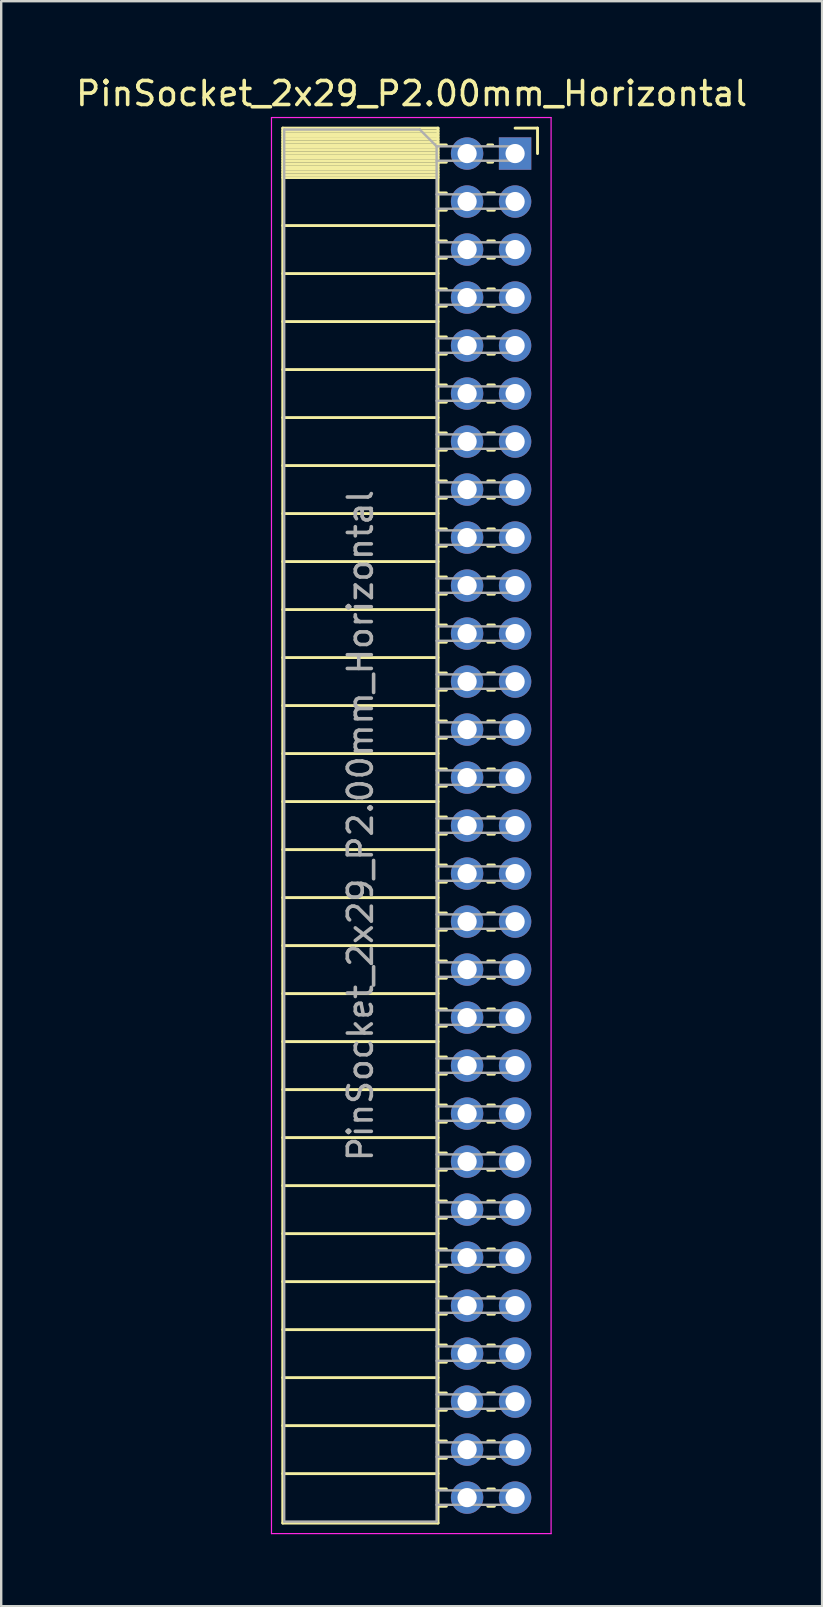
<source format=kicad_pcb>
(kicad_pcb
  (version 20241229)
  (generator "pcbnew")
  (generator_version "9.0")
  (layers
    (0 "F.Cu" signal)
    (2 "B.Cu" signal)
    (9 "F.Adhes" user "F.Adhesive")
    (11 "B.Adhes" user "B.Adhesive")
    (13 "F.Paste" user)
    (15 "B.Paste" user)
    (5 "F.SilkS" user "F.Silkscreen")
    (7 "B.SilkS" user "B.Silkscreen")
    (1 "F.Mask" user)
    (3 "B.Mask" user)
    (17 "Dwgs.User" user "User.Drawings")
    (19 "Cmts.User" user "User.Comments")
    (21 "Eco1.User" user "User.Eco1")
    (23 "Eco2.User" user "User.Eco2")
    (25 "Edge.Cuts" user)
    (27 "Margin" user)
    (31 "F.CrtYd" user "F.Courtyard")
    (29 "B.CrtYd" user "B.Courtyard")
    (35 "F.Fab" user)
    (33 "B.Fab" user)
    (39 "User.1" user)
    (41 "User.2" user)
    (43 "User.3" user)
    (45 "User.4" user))
  (footprint "PinSocket_2x29_P2.00mm_Horizontal"
    (layer "F.Cu")
    (at 18.411 3.348)
    (property "Reference" "PinSocket_2x29_P2.00mm_Horizontal" (at -4.31 -2.5 0) (layer "F.SilkS") (effects (font (size 1 1) (thickness 0.15))))
    (attr through_hole)
    (fp_line (start -9.68 -1.06) (end -9.68 57.06) (stroke (width 0.12) (type solid)) (layer "F.SilkS"))
    (fp_line (start -9.68 -1.06) (end -3.21 -1.06) (stroke (width 0.12) (type solid)) (layer "F.SilkS"))
    (fp_line (start -9.68 -0.94) (end -3.21 -0.94) (stroke (width 0.12) (type solid)) (layer "F.SilkS"))
    (fp_line (start -9.68 -0.826) (end -3.21 -0.826) (stroke (width 0.12) (type solid)) (layer "F.SilkS"))
    (fp_line (start -9.68 -0.712) (end -3.21 -0.712) (stroke (width 0.12) (type solid)) (layer "F.SilkS"))
    (fp_line (start -9.68 -0.598) (end -3.21 -0.598) (stroke (width 0.12) (type solid)) (layer "F.SilkS"))
    (fp_line (start -9.68 -0.484) (end -3.21 -0.484) (stroke (width 0.12) (type solid)) (layer "F.SilkS"))
    (fp_line (start -9.68 -0.369) (end -3.21 -0.369) (stroke (width 0.12) (type solid)) (layer "F.SilkS"))
    (fp_line (start -9.68 -0.255) (end -3.21 -0.255) (stroke (width 0.12) (type solid)) (layer "F.SilkS"))
    (fp_line (start -9.68 -0.141) (end -3.21 -0.141) (stroke (width 0.12) (type solid)) (layer "F.SilkS"))
    (fp_line (start -9.68 -0.027) (end -3.21 -0.027) (stroke (width 0.12) (type solid)) (layer "F.SilkS"))
    (fp_line (start -9.68 0.087) (end -3.21 0.087) (stroke (width 0.12) (type solid)) (layer "F.SilkS"))
    (fp_line (start -9.68 0.201) (end -3.21 0.201) (stroke (width 0.12) (type solid)) (layer "F.SilkS"))
    (fp_line (start -9.68 0.315) (end -3.21 0.315) (stroke (width 0.12) (type solid)) (layer "F.SilkS"))
    (fp_line (start -9.68 0.429) (end -3.21 0.429) (stroke (width 0.12) (type solid)) (layer "F.SilkS"))
    (fp_line (start -9.68 0.544) (end -3.21 0.544) (stroke (width 0.12) (type solid)) (layer "F.SilkS"))
    (fp_line (start -9.68 0.658) (end -3.21 0.658) (stroke (width 0.12) (type solid)) (layer "F.SilkS"))
    (fp_line (start -9.68 0.772) (end -3.21 0.772) (stroke (width 0.12) (type solid)) (layer "F.SilkS"))
    (fp_line (start -9.68 0.886) (end -3.21 0.886) (stroke (width 0.12) (type solid)) (layer "F.SilkS"))
    (fp_line (start -9.68 1) (end -3.21 1) (stroke (width 0.12) (type solid)) (layer "F.SilkS"))
    (fp_line (start -9.68 3) (end -3.21 3) (stroke (width 0.12) (type solid)) (layer "F.SilkS"))
    (fp_line (start -9.68 5) (end -3.21 5) (stroke (width 0.12) (type solid)) (layer "F.SilkS"))
    (fp_line (start -9.68 7) (end -3.21 7) (stroke (width 0.12) (type solid)) (layer "F.SilkS"))
    (fp_line (start -9.68 9) (end -3.21 9) (stroke (width 0.12) (type solid)) (layer "F.SilkS"))
    (fp_line (start -9.68 11) (end -3.21 11) (stroke (width 0.12) (type solid)) (layer "F.SilkS"))
    (fp_line (start -9.68 13) (end -3.21 13) (stroke (width 0.12) (type solid)) (layer "F.SilkS"))
    (fp_line (start -9.68 15) (end -3.21 15) (stroke (width 0.12) (type solid)) (layer "F.SilkS"))
    (fp_line (start -9.68 17) (end -3.21 17) (stroke (width 0.12) (type solid)) (layer "F.SilkS"))
    (fp_line (start -9.68 19) (end -3.21 19) (stroke (width 0.12) (type solid)) (layer "F.SilkS"))
    (fp_line (start -9.68 21) (end -3.21 21) (stroke (width 0.12) (type solid)) (layer "F.SilkS"))
    (fp_line (start -9.68 23) (end -3.21 23) (stroke (width 0.12) (type solid)) (layer "F.SilkS"))
    (fp_line (start -9.68 25) (end -3.21 25) (stroke (width 0.12) (type solid)) (layer "F.SilkS"))
    (fp_line (start -9.68 27) (end -3.21 27) (stroke (width 0.12) (type solid)) (layer "F.SilkS"))
    (fp_line (start -9.68 29) (end -3.21 29) (stroke (width 0.12) (type solid)) (layer "F.SilkS"))
    (fp_line (start -9.68 31) (end -3.21 31) (stroke (width 0.12) (type solid)) (layer "F.SilkS"))
    (fp_line (start -9.68 33) (end -3.21 33) (stroke (width 0.12) (type solid)) (layer "F.SilkS"))
    (fp_line (start -9.68 35) (end -3.21 35) (stroke (width 0.12) (type solid)) (layer "F.SilkS"))
    (fp_line (start -9.68 37) (end -3.21 37) (stroke (width 0.12) (type solid)) (layer "F.SilkS"))
    (fp_line (start -9.68 39) (end -3.21 39) (stroke (width 0.12) (type solid)) (layer "F.SilkS"))
    (fp_line (start -9.68 41) (end -3.21 41) (stroke (width 0.12) (type solid)) (layer "F.SilkS"))
    (fp_line (start -9.68 43) (end -3.21 43) (stroke (width 0.12) (type solid)) (layer "F.SilkS"))
    (fp_line (start -9.68 45) (end -3.21 45) (stroke (width 0.12) (type solid)) (layer "F.SilkS"))
    (fp_line (start -9.68 47) (end -3.21 47) (stroke (width 0.12) (type solid)) (layer "F.SilkS"))
    (fp_line (start -9.68 49) (end -3.21 49) (stroke (width 0.12) (type solid)) (layer "F.SilkS"))
    (fp_line (start -9.68 51) (end -3.21 51) (stroke (width 0.12) (type solid)) (layer "F.SilkS"))
    (fp_line (start -9.68 53) (end -3.21 53) (stroke (width 0.12) (type solid)) (layer "F.SilkS"))
    (fp_line (start -9.68 55) (end -3.21 55) (stroke (width 0.12) (type solid)) (layer "F.SilkS"))
    (fp_line (start -9.68 57.06) (end -3.21 57.06) (stroke (width 0.12) (type solid)) (layer "F.SilkS"))
    (fp_line (start -3.21 -1.06) (end -3.21 57.06) (stroke (width 0.12) (type solid)) (layer "F.SilkS"))
    (fp_line (start -3.21 -0.36) (end -2.863 -0.36) (stroke (width 0.12) (type solid)) (layer "F.SilkS"))
    (fp_line (start -3.21 0.36) (end -2.863 0.36) (stroke (width 0.12) (type solid)) (layer "F.SilkS"))
    (fp_line (start -3.21 1.64) (end -2.863 1.64) (stroke (width 0.12) (type solid)) (layer "F.SilkS"))
    (fp_line (start -3.21 2.36) (end -2.863 2.36) (stroke (width 0.12) (type solid)) (layer "F.SilkS"))
    (fp_line (start -3.21 3.64) (end -2.863 3.64) (stroke (width 0.12) (type solid)) (layer "F.SilkS"))
    (fp_line (start -3.21 4.36) (end -2.863 4.36) (stroke (width 0.12) (type solid)) (layer "F.SilkS"))
    (fp_line (start -3.21 5.64) (end -2.863 5.64) (stroke (width 0.12) (type solid)) (layer "F.SilkS"))
    (fp_line (start -3.21 6.36) (end -2.863 6.36) (stroke (width 0.12) (type solid)) (layer "F.SilkS"))
    (fp_line (start -3.21 7.64) (end -2.863 7.64) (stroke (width 0.12) (type solid)) (layer "F.SilkS"))
    (fp_line (start -3.21 8.36) (end -2.863 8.36) (stroke (width 0.12) (type solid)) (layer "F.SilkS"))
    (fp_line (start -3.21 9.64) (end -2.863 9.64) (stroke (width 0.12) (type solid)) (layer "F.SilkS"))
    (fp_line (start -3.21 10.36) (end -2.863 10.36) (stroke (width 0.12) (type solid)) (layer "F.SilkS"))
    (fp_line (start -3.21 11.64) (end -2.863 11.64) (stroke (width 0.12) (type solid)) (layer "F.SilkS"))
    (fp_line (start -3.21 12.36) (end -2.863 12.36) (stroke (width 0.12) (type solid)) (layer "F.SilkS"))
    (fp_line (start -3.21 13.64) (end -2.863 13.64) (stroke (width 0.12) (type solid)) (layer "F.SilkS"))
    (fp_line (start -3.21 14.36) (end -2.863 14.36) (stroke (width 0.12) (type solid)) (layer "F.SilkS"))
    (fp_line (start -3.21 15.64) (end -2.863 15.64) (stroke (width 0.12) (type solid)) (layer "F.SilkS"))
    (fp_line (start -3.21 16.36) (end -2.863 16.36) (stroke (width 0.12) (type solid)) (layer "F.SilkS"))
    (fp_line (start -3.21 17.64) (end -2.863 17.64) (stroke (width 0.12) (type solid)) (layer "F.SilkS"))
    (fp_line (start -3.21 18.36) (end -2.863 18.36) (stroke (width 0.12) (type solid)) (layer "F.SilkS"))
    (fp_line (start -3.21 19.64) (end -2.863 19.64) (stroke (width 0.12) (type solid)) (layer "F.SilkS"))
    (fp_line (start -3.21 20.36) (end -2.863 20.36) (stroke (width 0.12) (type solid)) (layer "F.SilkS"))
    (fp_line (start -3.21 21.64) (end -2.863 21.64) (stroke (width 0.12) (type solid)) (layer "F.SilkS"))
    (fp_line (start -3.21 22.36) (end -2.863 22.36) (stroke (width 0.12) (type solid)) (layer "F.SilkS"))
    (fp_line (start -3.21 23.64) (end -2.863 23.64) (stroke (width 0.12) (type solid)) (layer "F.SilkS"))
    (fp_line (start -3.21 24.36) (end -2.863 24.36) (stroke (width 0.12) (type solid)) (layer "F.SilkS"))
    (fp_line (start -3.21 25.64) (end -2.863 25.64) (stroke (width 0.12) (type solid)) (layer "F.SilkS"))
    (fp_line (start -3.21 26.36) (end -2.863 26.36) (stroke (width 0.12) (type solid)) (layer "F.SilkS"))
    (fp_line (start -3.21 27.64) (end -2.863 27.64) (stroke (width 0.12) (type solid)) (layer "F.SilkS"))
    (fp_line (start -3.21 28.36) (end -2.863 28.36) (stroke (width 0.12) (type solid)) (layer "F.SilkS"))
    (fp_line (start -3.21 29.64) (end -2.863 29.64) (stroke (width 0.12) (type solid)) (layer "F.SilkS"))
    (fp_line (start -3.21 30.36) (end -2.863 30.36) (stroke (width 0.12) (type solid)) (layer "F.SilkS"))
    (fp_line (start -3.21 31.64) (end -2.863 31.64) (stroke (width 0.12) (type solid)) (layer "F.SilkS"))
    (fp_line (start -3.21 32.36) (end -2.863 32.36) (stroke (width 0.12) (type solid)) (layer "F.SilkS"))
    (fp_line (start -3.21 33.64) (end -2.863 33.64) (stroke (width 0.12) (type solid)) (layer "F.SilkS"))
    (fp_line (start -3.21 34.36) (end -2.863 34.36) (stroke (width 0.12) (type solid)) (layer "F.SilkS"))
    (fp_line (start -3.21 35.64) (end -2.863 35.64) (stroke (width 0.12) (type solid)) (layer "F.SilkS"))
    (fp_line (start -3.21 36.36) (end -2.863 36.36) (stroke (width 0.12) (type solid)) (layer "F.SilkS"))
    (fp_line (start -3.21 37.64) (end -2.863 37.64) (stroke (width 0.12) (type solid)) (layer "F.SilkS"))
    (fp_line (start -3.21 38.36) (end -2.863 38.36) (stroke (width 0.12) (type solid)) (layer "F.SilkS"))
    (fp_line (start -3.21 39.64) (end -2.863 39.64) (stroke (width 0.12) (type solid)) (layer "F.SilkS"))
    (fp_line (start -3.21 40.36) (end -2.863 40.36) (stroke (width 0.12) (type solid)) (layer "F.SilkS"))
    (fp_line (start -3.21 41.64) (end -2.863 41.64) (stroke (width 0.12) (type solid)) (layer "F.SilkS"))
    (fp_line (start -3.21 42.36) (end -2.863 42.36) (stroke (width 0.12) (type solid)) (layer "F.SilkS"))
    (fp_line (start -3.21 43.64) (end -2.863 43.64) (stroke (width 0.12) (type solid)) (layer "F.SilkS"))
    (fp_line (start -3.21 44.36) (end -2.863 44.36) (stroke (width 0.12) (type solid)) (layer "F.SilkS"))
    (fp_line (start -3.21 45.64) (end -2.863 45.64) (stroke (width 0.12) (type solid)) (layer "F.SilkS"))
    (fp_line (start -3.21 46.36) (end -2.863 46.36) (stroke (width 0.12) (type solid)) (layer "F.SilkS"))
    (fp_line (start -3.21 47.64) (end -2.863 47.64) (stroke (width 0.12) (type solid)) (layer "F.SilkS"))
    (fp_line (start -3.21 48.36) (end -2.863 48.36) (stroke (width 0.12) (type solid)) (layer "F.SilkS"))
    (fp_line (start -3.21 49.64) (end -2.863 49.64) (stroke (width 0.12) (type solid)) (layer "F.SilkS"))
    (fp_line (start -3.21 50.36) (end -2.863 50.36) (stroke (width 0.12) (type solid)) (layer "F.SilkS"))
    (fp_line (start -3.21 51.64) (end -2.863 51.64) (stroke (width 0.12) (type solid)) (layer "F.SilkS"))
    (fp_line (start -3.21 52.36) (end -2.863 52.36) (stroke (width 0.12) (type solid)) (layer "F.SilkS"))
    (fp_line (start -3.21 53.64) (end -2.863 53.64) (stroke (width 0.12) (type solid)) (layer "F.SilkS"))
    (fp_line (start -3.21 54.36) (end -2.863 54.36) (stroke (width 0.12) (type solid)) (layer "F.SilkS"))
    (fp_line (start -3.21 55.64) (end -2.863 55.64) (stroke (width 0.12) (type solid)) (layer "F.SilkS"))
    (fp_line (start -3.21 56.36) (end -2.863 56.36) (stroke (width 0.12) (type solid)) (layer "F.SilkS"))
    (fp_line (start -1.137 -0.36) (end -0.935 -0.36) (stroke (width 0.12) (type solid)) (layer "F.SilkS"))
    (fp_line (start -1.137 0.36) (end -0.935 0.36) (stroke (width 0.12) (type solid)) (layer "F.SilkS"))
    (fp_line (start -1.137 1.64) (end -0.863 1.64) (stroke (width 0.12) (type solid)) (layer "F.SilkS"))
    (fp_line (start -1.137 2.36) (end -0.863 2.36) (stroke (width 0.12) (type solid)) (layer "F.SilkS"))
    (fp_line (start -1.137 3.64) (end -0.863 3.64) (stroke (width 0.12) (type solid)) (layer "F.SilkS"))
    (fp_line (start -1.137 4.36) (end -0.863 4.36) (stroke (width 0.12) (type solid)) (layer "F.SilkS"))
    (fp_line (start -1.137 5.64) (end -0.863 5.64) (stroke (width 0.12) (type solid)) (layer "F.SilkS"))
    (fp_line (start -1.137 6.36) (end -0.863 6.36) (stroke (width 0.12) (type solid)) (layer "F.SilkS"))
    (fp_line (start -1.137 7.64) (end -0.863 7.64) (stroke (width 0.12) (type solid)) (layer "F.SilkS"))
    (fp_line (start -1.137 8.36) (end -0.863 8.36) (stroke (width 0.12) (type solid)) (layer "F.SilkS"))
    (fp_line (start -1.137 9.64) (end -0.863 9.64) (stroke (width 0.12) (type solid)) (layer "F.SilkS"))
    (fp_line (start -1.137 10.36) (end -0.863 10.36) (stroke (width 0.12) (type solid)) (layer "F.SilkS"))
    (fp_line (start -1.137 11.64) (end -0.863 11.64) (stroke (width 0.12) (type solid)) (layer "F.SilkS"))
    (fp_line (start -1.137 12.36) (end -0.863 12.36) (stroke (width 0.12) (type solid)) (layer "F.SilkS"))
    (fp_line (start -1.137 13.64) (end -0.863 13.64) (stroke (width 0.12) (type solid)) (layer "F.SilkS"))
    (fp_line (start -1.137 14.36) (end -0.863 14.36) (stroke (width 0.12) (type solid)) (layer "F.SilkS"))
    (fp_line (start -1.137 15.64) (end -0.863 15.64) (stroke (width 0.12) (type solid)) (layer "F.SilkS"))
    (fp_line (start -1.137 16.36) (end -0.863 16.36) (stroke (width 0.12) (type solid)) (layer "F.SilkS"))
    (fp_line (start -1.137 17.64) (end -0.863 17.64) (stroke (width 0.12) (type solid)) (layer "F.SilkS"))
    (fp_line (start -1.137 18.36) (end -0.863 18.36) (stroke (width 0.12) (type solid)) (layer "F.SilkS"))
    (fp_line (start -1.137 19.64) (end -0.863 19.64) (stroke (width 0.12) (type solid)) (layer "F.SilkS"))
    (fp_line (start -1.137 20.36) (end -0.863 20.36) (stroke (width 0.12) (type solid)) (layer "F.SilkS"))
    (fp_line (start -1.137 21.64) (end -0.863 21.64) (stroke (width 0.12) (type solid)) (layer "F.SilkS"))
    (fp_line (start -1.137 22.36) (end -0.863 22.36) (stroke (width 0.12) (type solid)) (layer "F.SilkS"))
    (fp_line (start -1.137 23.64) (end -0.863 23.64) (stroke (width 0.12) (type solid)) (layer "F.SilkS"))
    (fp_line (start -1.137 24.36) (end -0.863 24.36) (stroke (width 0.12) (type solid)) (layer "F.SilkS"))
    (fp_line (start -1.137 25.64) (end -0.863 25.64) (stroke (width 0.12) (type solid)) (layer "F.SilkS"))
    (fp_line (start -1.137 26.36) (end -0.863 26.36) (stroke (width 0.12) (type solid)) (layer "F.SilkS"))
    (fp_line (start -1.137 27.64) (end -0.863 27.64) (stroke (width 0.12) (type solid)) (layer "F.SilkS"))
    (fp_line (start -1.137 28.36) (end -0.863 28.36) (stroke (width 0.12) (type solid)) (layer "F.SilkS"))
    (fp_line (start -1.137 29.64) (end -0.863 29.64) (stroke (width 0.12) (type solid)) (layer "F.SilkS"))
    (fp_line (start -1.137 30.36) (end -0.863 30.36) (stroke (width 0.12) (type solid)) (layer "F.SilkS"))
    (fp_line (start -1.137 31.64) (end -0.863 31.64) (stroke (width 0.12) (type solid)) (layer "F.SilkS"))
    (fp_line (start -1.137 32.36) (end -0.863 32.36) (stroke (width 0.12) (type solid)) (layer "F.SilkS"))
    (fp_line (start -1.137 33.64) (end -0.863 33.64) (stroke (width 0.12) (type solid)) (layer "F.SilkS"))
    (fp_line (start -1.137 34.36) (end -0.863 34.36) (stroke (width 0.12) (type solid)) (layer "F.SilkS"))
    (fp_line (start -1.137 35.64) (end -0.863 35.64) (stroke (width 0.12) (type solid)) (layer "F.SilkS"))
    (fp_line (start -1.137 36.36) (end -0.863 36.36) (stroke (width 0.12) (type solid)) (layer "F.SilkS"))
    (fp_line (start -1.137 37.64) (end -0.863 37.64) (stroke (width 0.12) (type solid)) (layer "F.SilkS"))
    (fp_line (start -1.137 38.36) (end -0.863 38.36) (stroke (width 0.12) (type solid)) (layer "F.SilkS"))
    (fp_line (start -1.137 39.64) (end -0.863 39.64) (stroke (width 0.12) (type solid)) (layer "F.SilkS"))
    (fp_line (start -1.137 40.36) (end -0.863 40.36) (stroke (width 0.12) (type solid)) (layer "F.SilkS"))
    (fp_line (start -1.137 41.64) (end -0.863 41.64) (stroke (width 0.12) (type solid)) (layer "F.SilkS"))
    (fp_line (start -1.137 42.36) (end -0.863 42.36) (stroke (width 0.12) (type solid)) (layer "F.SilkS"))
    (fp_line (start -1.137 43.64) (end -0.863 43.64) (stroke (width 0.12) (type solid)) (layer "F.SilkS"))
    (fp_line (start -1.137 44.36) (end -0.863 44.36) (stroke (width 0.12) (type solid)) (layer "F.SilkS"))
    (fp_line (start -1.137 45.64) (end -0.863 45.64) (stroke (width 0.12) (type solid)) (layer "F.SilkS"))
    (fp_line (start -1.137 46.36) (end -0.863 46.36) (stroke (width 0.12) (type solid)) (layer "F.SilkS"))
    (fp_line (start -1.137 47.64) (end -0.863 47.64) (stroke (width 0.12) (type solid)) (layer "F.SilkS"))
    (fp_line (start -1.137 48.36) (end -0.863 48.36) (stroke (width 0.12) (type solid)) (layer "F.SilkS"))
    (fp_line (start -1.137 49.64) (end -0.863 49.64) (stroke (width 0.12) (type solid)) (layer "F.SilkS"))
    (fp_line (start -1.137 50.36) (end -0.863 50.36) (stroke (width 0.12) (type solid)) (layer "F.SilkS"))
    (fp_line (start -1.137 51.64) (end -0.863 51.64) (stroke (width 0.12) (type solid)) (layer "F.SilkS"))
    (fp_line (start -1.137 52.36) (end -0.863 52.36) (stroke (width 0.12) (type solid)) (layer "F.SilkS"))
    (fp_line (start -1.137 53.64) (end -0.863 53.64) (stroke (width 0.12) (type solid)) (layer "F.SilkS"))
    (fp_line (start -1.137 54.36) (end -0.863 54.36) (stroke (width 0.12) (type solid)) (layer "F.SilkS"))
    (fp_line (start -1.137 55.64) (end -0.863 55.64) (stroke (width 0.12) (type solid)) (layer "F.SilkS"))
    (fp_line (start -1.137 56.36) (end -0.863 56.36) (stroke (width 0.12) (type solid)) (layer "F.SilkS"))
    (fp_line (start 0 -1.06) (end 0.935 -1.06) (stroke (width 0.12) (type solid)) (layer "F.SilkS"))
    (fp_line (start 0.935 -1.06) (end 0.935 0) (stroke (width 0.12) (type solid)) (layer "F.SilkS"))
    (fp_line (start -10.15 -1.5) (end -10.15 57.5) (stroke (width 0.05) (type solid)) (layer "F.CrtYd"))
    (fp_line (start -10.15 57.5) (end 1.5 57.5) (stroke (width 0.05) (type solid)) (layer "F.CrtYd"))
    (fp_line (start 1.5 -1.5) (end -10.15 -1.5) (stroke (width 0.05) (type solid)) (layer "F.CrtYd"))
    (fp_line (start 1.5 57.5) (end 1.5 -1.5) (stroke (width 0.05) (type solid)) (layer "F.CrtYd"))
    (fp_line (start -9.62 -1) (end -3.97 -1) (stroke (width 0.1) (type solid)) (layer "F.Fab"))
    (fp_line (start -9.62 57) (end -9.62 -1) (stroke (width 0.1) (type solid)) (layer "F.Fab"))
    (fp_line (start -3.97 -1) (end -3.27 -0.3) (stroke (width 0.1) (type solid)) (layer "F.Fab"))
    (fp_line (start -3.27 -0.3) (end -3.27 57) (stroke (width 0.1) (type solid)) (layer "F.Fab"))
    (fp_line (start -3.27 0.3) (end 0 0.3) (stroke (width 0.1) (type solid)) (layer "F.Fab"))
    (fp_line (start -3.27 2.3) (end 0 2.3) (stroke (width 0.1) (type solid)) (layer "F.Fab"))
    (fp_line (start -3.27 4.3) (end 0 4.3) (stroke (width 0.1) (type solid)) (layer "F.Fab"))
    (fp_line (start -3.27 6.3) (end 0 6.3) (stroke (width 0.1) (type solid)) (layer "F.Fab"))
    (fp_line (start -3.27 8.3) (end 0 8.3) (stroke (width 0.1) (type solid)) (layer "F.Fab"))
    (fp_line (start -3.27 10.3) (end 0 10.3) (stroke (width 0.1) (type solid)) (layer "F.Fab"))
    (fp_line (start -3.27 12.3) (end 0 12.3) (stroke (width 0.1) (type solid)) (layer "F.Fab"))
    (fp_line (start -3.27 14.3) (end 0 14.3) (stroke (width 0.1) (type solid)) (layer "F.Fab"))
    (fp_line (start -3.27 16.3) (end 0 16.3) (stroke (width 0.1) (type solid)) (layer "F.Fab"))
    (fp_line (start -3.27 18.3) (end 0 18.3) (stroke (width 0.1) (type solid)) (layer "F.Fab"))
    (fp_line (start -3.27 20.3) (end 0 20.3) (stroke (width 0.1) (type solid)) (layer "F.Fab"))
    (fp_line (start -3.27 22.3) (end 0 22.3) (stroke (width 0.1) (type solid)) (layer "F.Fab"))
    (fp_line (start -3.27 24.3) (end 0 24.3) (stroke (width 0.1) (type solid)) (layer "F.Fab"))
    (fp_line (start -3.27 26.3) (end 0 26.3) (stroke (width 0.1) (type solid)) (layer "F.Fab"))
    (fp_line (start -3.27 28.3) (end 0 28.3) (stroke (width 0.1) (type solid)) (layer "F.Fab"))
    (fp_line (start -3.27 30.3) (end 0 30.3) (stroke (width 0.1) (type solid)) (layer "F.Fab"))
    (fp_line (start -3.27 32.3) (end 0 32.3) (stroke (width 0.1) (type solid)) (layer "F.Fab"))
    (fp_line (start -3.27 34.3) (end 0 34.3) (stroke (width 0.1) (type solid)) (layer "F.Fab"))
    (fp_line (start -3.27 36.3) (end 0 36.3) (stroke (width 0.1) (type solid)) (layer "F.Fab"))
    (fp_line (start -3.27 38.3) (end 0 38.3) (stroke (width 0.1) (type solid)) (layer "F.Fab"))
    (fp_line (start -3.27 40.3) (end 0 40.3) (stroke (width 0.1) (type solid)) (layer "F.Fab"))
    (fp_line (start -3.27 42.3) (end 0 42.3) (stroke (width 0.1) (type solid)) (layer "F.Fab"))
    (fp_line (start -3.27 44.3) (end 0 44.3) (stroke (width 0.1) (type solid)) (layer "F.Fab"))
    (fp_line (start -3.27 46.3) (end 0 46.3) (stroke (width 0.1) (type solid)) (layer "F.Fab"))
    (fp_line (start -3.27 48.3) (end 0 48.3) (stroke (width 0.1) (type solid)) (layer "F.Fab"))
    (fp_line (start -3.27 50.3) (end 0 50.3) (stroke (width 0.1) (type solid)) (layer "F.Fab"))
    (fp_line (start -3.27 52.3) (end 0 52.3) (stroke (width 0.1) (type solid)) (layer "F.Fab"))
    (fp_line (start -3.27 54.3) (end 0 54.3) (stroke (width 0.1) (type solid)) (layer "F.Fab"))
    (fp_line (start -3.27 56.3) (end 0 56.3) (stroke (width 0.1) (type solid)) (layer "F.Fab"))
    (fp_line (start -3.27 57) (end -9.62 57) (stroke (width 0.1) (type solid)) (layer "F.Fab"))
    (fp_line (start 0 -0.3) (end -3.27 -0.3) (stroke (width 0.1) (type solid)) (layer "F.Fab"))
    (fp_line (start 0 0.3) (end 0 -0.3) (stroke (width 0.1) (type solid)) (layer "F.Fab"))
    (fp_line (start 0 1.7) (end -3.27 1.7) (stroke (width 0.1) (type solid)) (layer "F.Fab"))
    (fp_line (start 0 2.3) (end 0 1.7) (stroke (width 0.1) (type solid)) (layer "F.Fab"))
    (fp_line (start 0 3.7) (end -3.27 3.7) (stroke (width 0.1) (type solid)) (layer "F.Fab"))
    (fp_line (start 0 4.3) (end 0 3.7) (stroke (width 0.1) (type solid)) (layer "F.Fab"))
    (fp_line (start 0 5.7) (end -3.27 5.7) (stroke (width 0.1) (type solid)) (layer "F.Fab"))
    (fp_line (start 0 6.3) (end 0 5.7) (stroke (width 0.1) (type solid)) (layer "F.Fab"))
    (fp_line (start 0 7.7) (end -3.27 7.7) (stroke (width 0.1) (type solid)) (layer "F.Fab"))
    (fp_line (start 0 8.3) (end 0 7.7) (stroke (width 0.1) (type solid)) (layer "F.Fab"))
    (fp_line (start 0 9.7) (end -3.27 9.7) (stroke (width 0.1) (type solid)) (layer "F.Fab"))
    (fp_line (start 0 10.3) (end 0 9.7) (stroke (width 0.1) (type solid)) (layer "F.Fab"))
    (fp_line (start 0 11.7) (end -3.27 11.7) (stroke (width 0.1) (type solid)) (layer "F.Fab"))
    (fp_line (start 0 12.3) (end 0 11.7) (stroke (width 0.1) (type solid)) (layer "F.Fab"))
    (fp_line (start 0 13.7) (end -3.27 13.7) (stroke (width 0.1) (type solid)) (layer "F.Fab"))
    (fp_line (start 0 14.3) (end 0 13.7) (stroke (width 0.1) (type solid)) (layer "F.Fab"))
    (fp_line (start 0 15.7) (end -3.27 15.7) (stroke (width 0.1) (type solid)) (layer "F.Fab"))
    (fp_line (start 0 16.3) (end 0 15.7) (stroke (width 0.1) (type solid)) (layer "F.Fab"))
    (fp_line (start 0 17.7) (end -3.27 17.7) (stroke (width 0.1) (type solid)) (layer "F.Fab"))
    (fp_line (start 0 18.3) (end 0 17.7) (stroke (width 0.1) (type solid)) (layer "F.Fab"))
    (fp_line (start 0 19.7) (end -3.27 19.7) (stroke (width 0.1) (type solid)) (layer "F.Fab"))
    (fp_line (start 0 20.3) (end 0 19.7) (stroke (width 0.1) (type solid)) (layer "F.Fab"))
    (fp_line (start 0 21.7) (end -3.27 21.7) (stroke (width 0.1) (type solid)) (layer "F.Fab"))
    (fp_line (start 0 22.3) (end 0 21.7) (stroke (width 0.1) (type solid)) (layer "F.Fab"))
    (fp_line (start 0 23.7) (end -3.27 23.7) (stroke (width 0.1) (type solid)) (layer "F.Fab"))
    (fp_line (start 0 24.3) (end 0 23.7) (stroke (width 0.1) (type solid)) (layer "F.Fab"))
    (fp_line (start 0 25.7) (end -3.27 25.7) (stroke (width 0.1) (type solid)) (layer "F.Fab"))
    (fp_line (start 0 26.3) (end 0 25.7) (stroke (width 0.1) (type solid)) (layer "F.Fab"))
    (fp_line (start 0 27.7) (end -3.27 27.7) (stroke (width 0.1) (type solid)) (layer "F.Fab"))
    (fp_line (start 0 28.3) (end 0 27.7) (stroke (width 0.1) (type solid)) (layer "F.Fab"))
    (fp_line (start 0 29.7) (end -3.27 29.7) (stroke (width 0.1) (type solid)) (layer "F.Fab"))
    (fp_line (start 0 30.3) (end 0 29.7) (stroke (width 0.1) (type solid)) (layer "F.Fab"))
    (fp_line (start 0 31.7) (end -3.27 31.7) (stroke (width 0.1) (type solid)) (layer "F.Fab"))
    (fp_line (start 0 32.3) (end 0 31.7) (stroke (width 0.1) (type solid)) (layer "F.Fab"))
    (fp_line (start 0 33.7) (end -3.27 33.7) (stroke (width 0.1) (type solid)) (layer "F.Fab"))
    (fp_line (start 0 34.3) (end 0 33.7) (stroke (width 0.1) (type solid)) (layer "F.Fab"))
    (fp_line (start 0 35.7) (end -3.27 35.7) (stroke (width 0.1) (type solid)) (layer "F.Fab"))
    (fp_line (start 0 36.3) (end 0 35.7) (stroke (width 0.1) (type solid)) (layer "F.Fab"))
    (fp_line (start 0 37.7) (end -3.27 37.7) (stroke (width 0.1) (type solid)) (layer "F.Fab"))
    (fp_line (start 0 38.3) (end 0 37.7) (stroke (width 0.1) (type solid)) (layer "F.Fab"))
    (fp_line (start 0 39.7) (end -3.27 39.7) (stroke (width 0.1) (type solid)) (layer "F.Fab"))
    (fp_line (start 0 40.3) (end 0 39.7) (stroke (width 0.1) (type solid)) (layer "F.Fab"))
    (fp_line (start 0 41.7) (end -3.27 41.7) (stroke (width 0.1) (type solid)) (layer "F.Fab"))
    (fp_line (start 0 42.3) (end 0 41.7) (stroke (width 0.1) (type solid)) (layer "F.Fab"))
    (fp_line (start 0 43.7) (end -3.27 43.7) (stroke (width 0.1) (type solid)) (layer "F.Fab"))
    (fp_line (start 0 44.3) (end 0 43.7) (stroke (width 0.1) (type solid)) (layer "F.Fab"))
    (fp_line (start 0 45.7) (end -3.27 45.7) (stroke (width 0.1) (type solid)) (layer "F.Fab"))
    (fp_line (start 0 46.3) (end 0 45.7) (stroke (width 0.1) (type solid)) (layer "F.Fab"))
    (fp_line (start 0 47.7) (end -3.27 47.7) (stroke (width 0.1) (type solid)) (layer "F.Fab"))
    (fp_line (start 0 48.3) (end 0 47.7) (stroke (width 0.1) (type solid)) (layer "F.Fab"))
    (fp_line (start 0 49.7) (end -3.27 49.7) (stroke (width 0.1) (type solid)) (layer "F.Fab"))
    (fp_line (start 0 50.3) (end 0 49.7) (stroke (width 0.1) (type solid)) (layer "F.Fab"))
    (fp_line (start 0 51.7) (end -3.27 51.7) (stroke (width 0.1) (type solid)) (layer "F.Fab"))
    (fp_line (start 0 52.3) (end 0 51.7) (stroke (width 0.1) (type solid)) (layer "F.Fab"))
    (fp_line (start 0 53.7) (end -3.27 53.7) (stroke (width 0.1) (type solid)) (layer "F.Fab"))
    (fp_line (start 0 54.3) (end 0 53.7) (stroke (width 0.1) (type solid)) (layer "F.Fab"))
    (fp_line (start 0 55.7) (end -3.27 55.7) (stroke (width 0.1) (type solid)) (layer "F.Fab"))
    (fp_line (start 0 56.3) (end 0 55.7) (stroke (width 0.1) (type solid)) (layer "F.Fab"))
    (fp_text user "${REFERENCE}" (at -6.445 28 90) (layer "F.Fab") (effects (font (size 1 1) (thickness 0.15))))
    (pad "1" thru_hole rect (at 0 0) (size 1.35 1.35) (drill 0.8) (layers "*.Cu" "*.Mask"))
    (pad "2" thru_hole oval (at -2 0) (size 1.35 1.35) (drill 0.8) (layers "*.Cu" "*.Mask"))
    (pad "3" thru_hole oval (at 0 2) (size 1.35 1.35) (drill 0.8) (layers "*.Cu" "*.Mask"))
    (pad "4" thru_hole oval (at -2 2) (size 1.35 1.35) (drill 0.8) (layers "*.Cu" "*.Mask"))
    (pad "5" thru_hole oval (at 0 4) (size 1.35 1.35) (drill 0.8) (layers "*.Cu" "*.Mask"))
    (pad "6" thru_hole oval (at -2 4) (size 1.35 1.35) (drill 0.8) (layers "*.Cu" "*.Mask"))
    (pad "7" thru_hole oval (at 0 6) (size 1.35 1.35) (drill 0.8) (layers "*.Cu" "*.Mask"))
    (pad "8" thru_hole oval (at -2 6) (size 1.35 1.35) (drill 0.8) (layers "*.Cu" "*.Mask"))
    (pad "9" thru_hole oval (at 0 8) (size 1.35 1.35) (drill 0.8) (layers "*.Cu" "*.Mask"))
    (pad "10" thru_hole oval (at -2 8) (size 1.35 1.35) (drill 0.8) (layers "*.Cu" "*.Mask"))
    (pad "11" thru_hole oval (at 0 10) (size 1.35 1.35) (drill 0.8) (layers "*.Cu" "*.Mask"))
    (pad "12" thru_hole oval (at -2 10) (size 1.35 1.35) (drill 0.8) (layers "*.Cu" "*.Mask"))
    (pad "13" thru_hole oval (at 0 12) (size 1.35 1.35) (drill 0.8) (layers "*.Cu" "*.Mask"))
    (pad "14" thru_hole oval (at -2 12) (size 1.35 1.35) (drill 0.8) (layers "*.Cu" "*.Mask"))
    (pad "15" thru_hole oval (at 0 14) (size 1.35 1.35) (drill 0.8) (layers "*.Cu" "*.Mask"))
    (pad "16" thru_hole oval (at -2 14) (size 1.35 1.35) (drill 0.8) (layers "*.Cu" "*.Mask"))
    (pad "17" thru_hole oval (at 0 16) (size 1.35 1.35) (drill 0.8) (layers "*.Cu" "*.Mask"))
    (pad "18" thru_hole oval (at -2 16) (size 1.35 1.35) (drill 0.8) (layers "*.Cu" "*.Mask"))
    (pad "19" thru_hole oval (at 0 18) (size 1.35 1.35) (drill 0.8) (layers "*.Cu" "*.Mask"))
    (pad "20" thru_hole oval (at -2 18) (size 1.35 1.35) (drill 0.8) (layers "*.Cu" "*.Mask"))
    (pad "21" thru_hole oval (at 0 20) (size 1.35 1.35) (drill 0.8) (layers "*.Cu" "*.Mask"))
    (pad "22" thru_hole oval (at -2 20) (size 1.35 1.35) (drill 0.8) (layers "*.Cu" "*.Mask"))
    (pad "23" thru_hole oval (at 0 22) (size 1.35 1.35) (drill 0.8) (layers "*.Cu" "*.Mask"))
    (pad "24" thru_hole oval (at -2 22) (size 1.35 1.35) (drill 0.8) (layers "*.Cu" "*.Mask"))
    (pad "25" thru_hole oval (at 0 24) (size 1.35 1.35) (drill 0.8) (layers "*.Cu" "*.Mask"))
    (pad "26" thru_hole oval (at -2 24) (size 1.35 1.35) (drill 0.8) (layers "*.Cu" "*.Mask"))
    (pad "27" thru_hole oval (at 0 26) (size 1.35 1.35) (drill 0.8) (layers "*.Cu" "*.Mask"))
    (pad "28" thru_hole oval (at -2 26) (size 1.35 1.35) (drill 0.8) (layers "*.Cu" "*.Mask"))
    (pad "29" thru_hole oval (at 0 28) (size 1.35 1.35) (drill 0.8) (layers "*.Cu" "*.Mask"))
    (pad "30" thru_hole oval (at -2 28) (size 1.35 1.35) (drill 0.8) (layers "*.Cu" "*.Mask"))
    (pad "31" thru_hole oval (at 0 30) (size 1.35 1.35) (drill 0.8) (layers "*.Cu" "*.Mask"))
    (pad "32" thru_hole oval (at -2 30) (size 1.35 1.35) (drill 0.8) (layers "*.Cu" "*.Mask"))
    (pad "33" thru_hole oval (at 0 32) (size 1.35 1.35) (drill 0.8) (layers "*.Cu" "*.Mask"))
    (pad "34" thru_hole oval (at -2 32) (size 1.35 1.35) (drill 0.8) (layers "*.Cu" "*.Mask"))
    (pad "35" thru_hole oval (at 0 34) (size 1.35 1.35) (drill 0.8) (layers "*.Cu" "*.Mask"))
    (pad "36" thru_hole oval (at -2 34) (size 1.35 1.35) (drill 0.8) (layers "*.Cu" "*.Mask"))
    (pad "37" thru_hole oval (at 0 36) (size 1.35 1.35) (drill 0.8) (layers "*.Cu" "*.Mask"))
    (pad "38" thru_hole oval (at -2 36) (size 1.35 1.35) (drill 0.8) (layers "*.Cu" "*.Mask"))
    (pad "39" thru_hole oval (at 0 38) (size 1.35 1.35) (drill 0.8) (layers "*.Cu" "*.Mask"))
    (pad "40" thru_hole oval (at -2 38) (size 1.35 1.35) (drill 0.8) (layers "*.Cu" "*.Mask"))
    (pad "41" thru_hole oval (at 0 40) (size 1.35 1.35) (drill 0.8) (layers "*.Cu" "*.Mask"))
    (pad "42" thru_hole oval (at -2 40) (size 1.35 1.35) (drill 0.8) (layers "*.Cu" "*.Mask"))
    (pad "43" thru_hole oval (at 0 42) (size 1.35 1.35) (drill 0.8) (layers "*.Cu" "*.Mask"))
    (pad "44" thru_hole oval (at -2 42) (size 1.35 1.35) (drill 0.8) (layers "*.Cu" "*.Mask"))
    (pad "45" thru_hole oval (at 0 44) (size 1.35 1.35) (drill 0.8) (layers "*.Cu" "*.Mask"))
    (pad "46" thru_hole oval (at -2 44) (size 1.35 1.35) (drill 0.8) (layers "*.Cu" "*.Mask"))
    (pad "47" thru_hole oval (at 0 46) (size 1.35 1.35) (drill 0.8) (layers "*.Cu" "*.Mask"))
    (pad "48" thru_hole oval (at -2 46) (size 1.35 1.35) (drill 0.8) (layers "*.Cu" "*.Mask"))
    (pad "49" thru_hole oval (at 0 48) (size 1.35 1.35) (drill 0.8) (layers "*.Cu" "*.Mask"))
    (pad "50" thru_hole oval (at -2 48) (size 1.35 1.35) (drill 0.8) (layers "*.Cu" "*.Mask"))
    (pad "51" thru_hole oval (at 0 50) (size 1.35 1.35) (drill 0.8) (layers "*.Cu" "*.Mask"))
    (pad "52" thru_hole oval (at -2 50) (size 1.35 1.35) (drill 0.8) (layers "*.Cu" "*.Mask"))
    (pad "53" thru_hole oval (at 0 52) (size 1.35 1.35) (drill 0.8) (layers "*.Cu" "*.Mask"))
    (pad "54" thru_hole oval (at -2 52) (size 1.35 1.35) (drill 0.8) (layers "*.Cu" "*.Mask"))
    (pad "55" thru_hole oval (at 0 54) (size 1.35 1.35) (drill 0.8) (layers "*.Cu" "*.Mask"))
    (pad "56" thru_hole oval (at -2 54) (size 1.35 1.35) (drill 0.8) (layers "*.Cu" "*.Mask"))
    (pad "57" thru_hole oval (at 0 56) (size 1.35 1.35) (drill 0.8) (layers "*.Cu" "*.Mask"))
    (pad "58" thru_hole oval (at -2 56) (size 1.35 1.35) (drill 0.8) (layers "*.Cu" "*.Mask")))
  (gr_rect
    (start -3 -3)
    (end 31.202 63.873)
    (stroke (width 0.1) (type default))
    (fill no)
    (layer "Edge.Cuts")))
</source>
